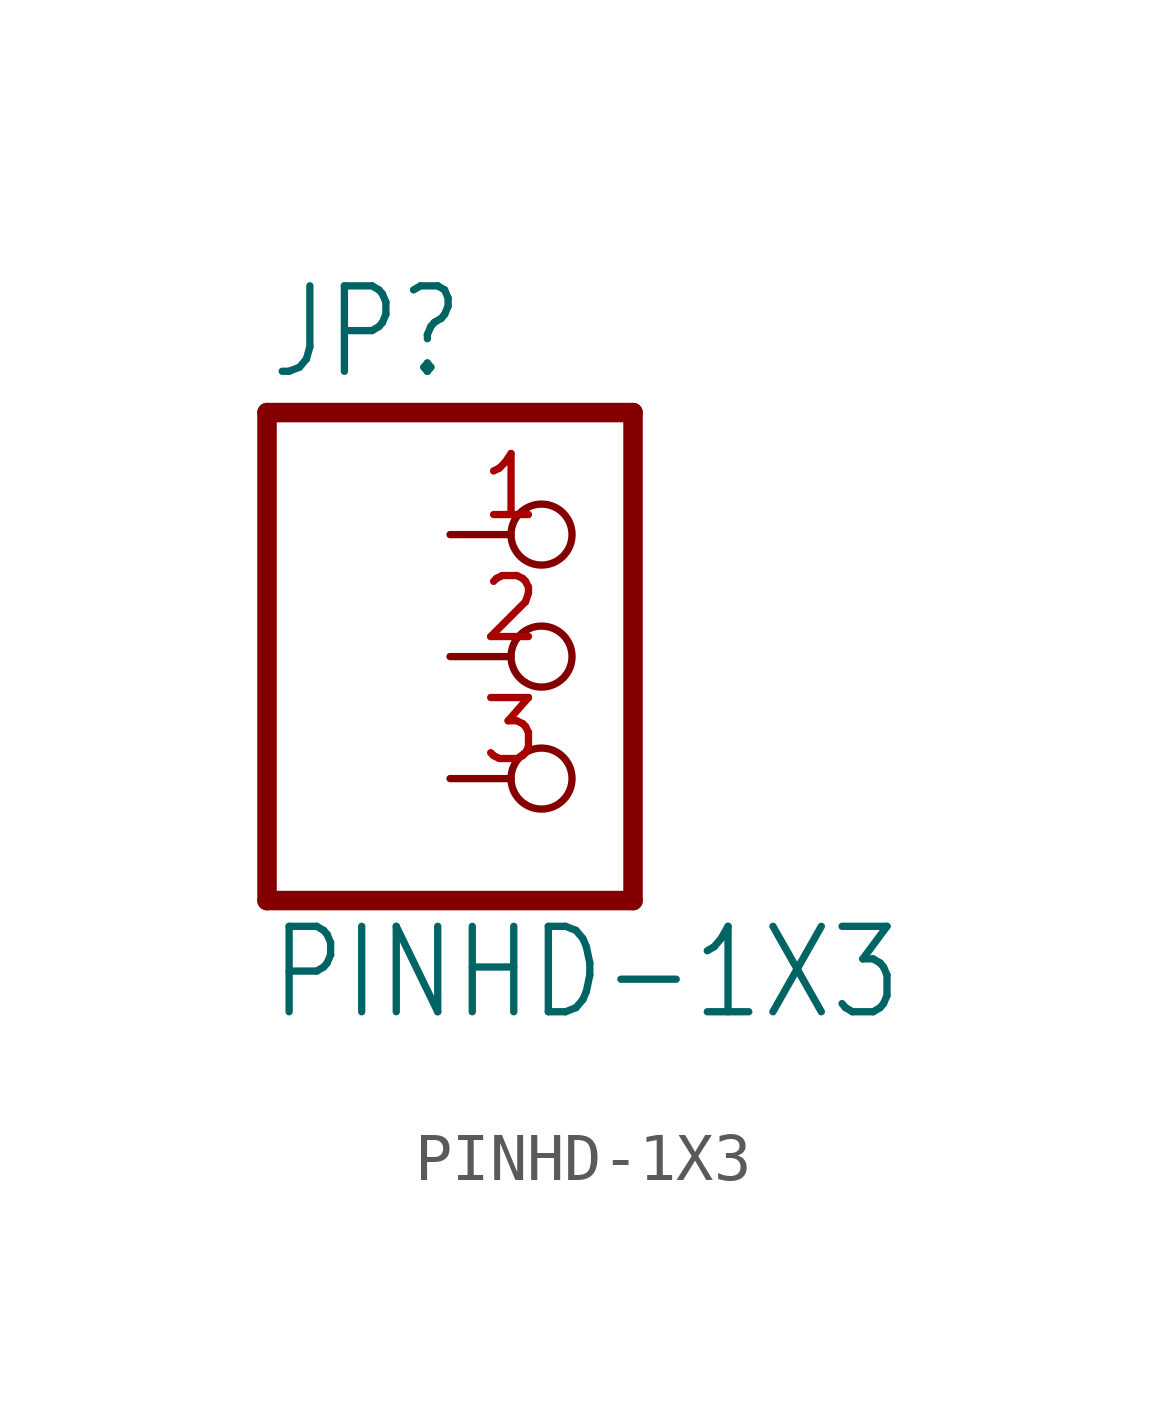
<source format=kicad_sym>
(kicad_symbol_lib
  (version 20211014)
  (generator kicad_symbol_editor)
  (symbol "PINHD-1X3"
    (property "Reference" "JP"
      (at -6.35 5.715 0)
      (effects (font (size 1.778 1.511)) (justify left bottom)))
    (property "Value" "PINHD-1X3"
      (at -6.35 -7.62 0)
      (effects (font (size 1.778 1.511)) (justify left bottom)))
    (property "ki_locked" ""
      (at 0 0 0)
      (effects (font (size 1.27 1.27))))
    (symbol "PINHD-1X3_1_0"
      (polyline (pts (xy -6.35 -5.08) (xy 1.27 -5.08)) (stroke (width 0.406) (type default) (color 0 0 0 0)) (fill (type none)))
      (polyline (pts (xy -6.35 5.08) (xy -6.35 -5.08)) (stroke (width 0.406) (type default) (color 0 0 0 0)) (fill (type none)))
      (polyline (pts (xy 1.27 -5.08) (xy 1.27 5.08)) (stroke (width 0.406) (type default) (color 0 0 0 0)) (fill (type none)))
      (polyline (pts (xy 1.27 5.08) (xy -6.35 5.08)) (stroke (width 0.406) (type default) (color 0 0 0 0)) (fill (type none)))
      (pin passive inverted (at -2.54 2.54 0) (length 2.54) (name "1" (effects (font (size 0 0)))) (number "1" (effects (font (size 1.27 1.27)))))
      (pin passive inverted (at -2.54 0 0) (length 2.54) (name "2" (effects (font (size 0 0)))) (number "2" (effects (font (size 1.27 1.27)))))
      (pin passive inverted (at -2.54 -2.54 0) (length 2.54) (name "3" (effects (font (size 0 0)))) (number "3" (effects (font (size 1.27 1.27))))))))
</source>
